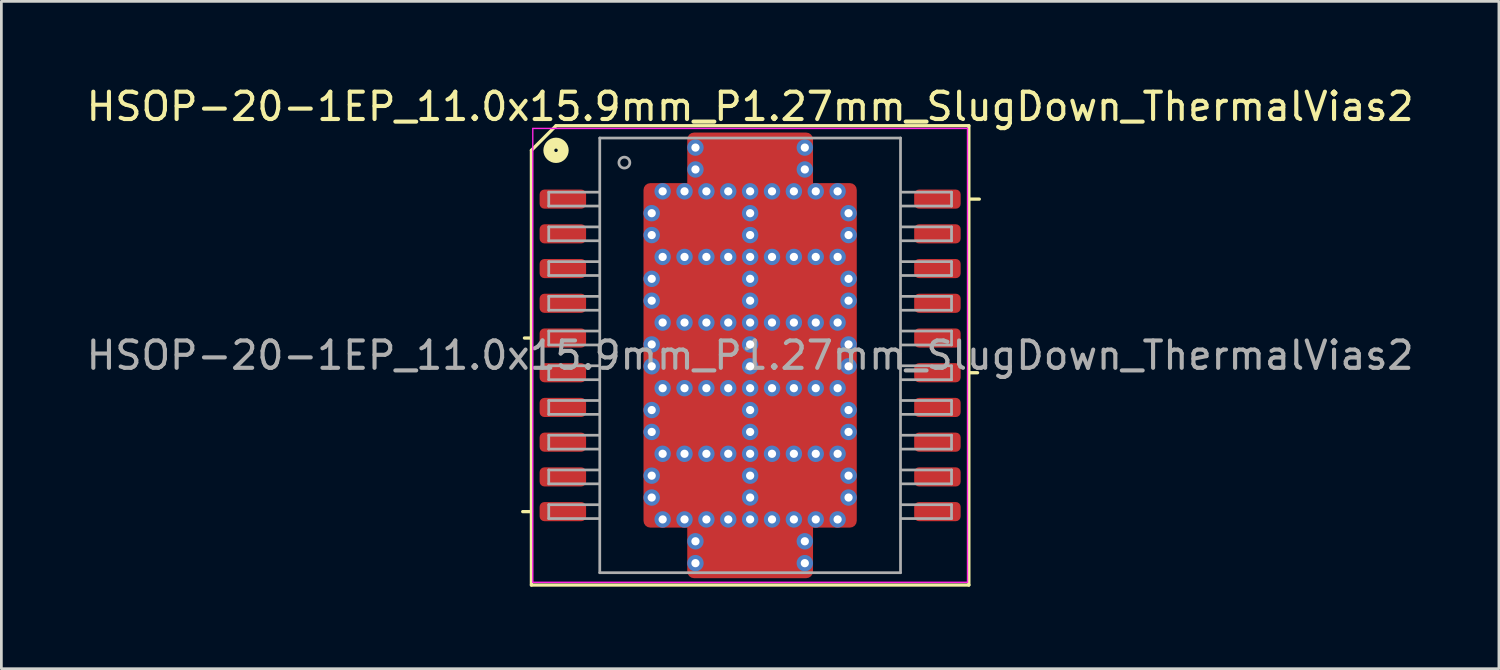
<source format=kicad_pcb>
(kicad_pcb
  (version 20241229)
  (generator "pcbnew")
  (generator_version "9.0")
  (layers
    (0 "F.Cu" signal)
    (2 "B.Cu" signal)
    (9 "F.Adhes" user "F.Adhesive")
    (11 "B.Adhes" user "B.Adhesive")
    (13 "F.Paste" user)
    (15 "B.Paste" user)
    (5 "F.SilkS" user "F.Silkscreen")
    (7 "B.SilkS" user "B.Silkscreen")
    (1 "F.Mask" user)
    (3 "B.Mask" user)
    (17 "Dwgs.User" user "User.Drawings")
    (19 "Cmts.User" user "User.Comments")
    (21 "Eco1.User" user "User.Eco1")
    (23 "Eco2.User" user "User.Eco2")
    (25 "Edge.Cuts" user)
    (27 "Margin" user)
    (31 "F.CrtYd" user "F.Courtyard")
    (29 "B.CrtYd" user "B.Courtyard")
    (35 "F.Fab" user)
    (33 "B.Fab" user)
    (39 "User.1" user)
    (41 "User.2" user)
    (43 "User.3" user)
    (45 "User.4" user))
  (footprint "HSOP-20-1EP_11.0x15.9mm_P1.27mm_SlugDown_ThermalVias2"
    (layer "F.Cu")
    (at 24.387 9.948)
    (property "Reference" "HSOP-20-1EP_11.0x15.9mm_P1.27mm_SlugDown_ThermalVias2" (at 0 -9.1 0) (layer "F.SilkS") (effects (font (size 1 1) (thickness 0.15))))
    (attr smd)
    (fp_line (start -8.001 -0.635) (end -8.255 -0.635) (stroke (width 0.12) (type solid)) (layer "F.SilkS"))
    (fp_line (start -8 -7.5) (end -8 8.4) (stroke (width 0.12) (type solid)) (layer "F.SilkS"))
    (fp_line (start -8 -7.5) (end -7.1 -8.4) (stroke (width 0.12) (type solid)) (layer "F.SilkS"))
    (fp_line (start -8 5.715) (end -8.318 5.715) (stroke (width 0.12) (type solid)) (layer "F.SilkS"))
    (fp_line (start -8 8.4) (end 8 8.4) (stroke (width 0.12) (type solid)) (layer "F.SilkS"))
    (fp_line (start 8 -8.4) (end -7.1 -8.4) (stroke (width 0.12) (type solid)) (layer "F.SilkS"))
    (fp_line (start 8 8.4) (end 8 -8.4) (stroke (width 0.12) (type solid)) (layer "F.SilkS"))
    (fp_line (start 8.001 -5.715) (end 8.382 -5.715) (stroke (width 0.12) (type solid)) (layer "F.SilkS"))
    (fp_line (start 8.001 0.635) (end 8.319 0.635) (stroke (width 0.12) (type solid)) (layer "F.SilkS"))
    (fp_circle (center -7.1 -7.5) (end -7.037 -7.5) (stroke (width 0.4) (type solid)) (fill no) (layer "F.SilkS"))
    (fp_line (start -7.95 -8.3) (end -7.95 8.3) (stroke (width 0.05) (type solid)) (layer "F.CrtYd"))
    (fp_line (start -7.95 -8.3) (end 7.95 -8.3) (stroke (width 0.05) (type solid)) (layer "F.CrtYd"))
    (fp_line (start 7.95 8.3) (end -7.95 8.3) (stroke (width 0.05) (type solid)) (layer "F.CrtYd"))
    (fp_line (start 7.95 8.3) (end 7.95 -8.3) (stroke (width 0.05) (type solid)) (layer "F.CrtYd"))
    (fp_line (start -7.366 -5.969) (end -7.366 -5.461) (stroke (width 0.1) (type solid)) (layer "F.Fab"))
    (fp_line (start -7.366 -5.969) (end -5.524 -5.969) (stroke (width 0.1) (type solid)) (layer "F.Fab"))
    (fp_line (start -7.366 -5.461) (end -5.524 -5.461) (stroke (width 0.1) (type solid)) (layer "F.Fab"))
    (fp_line (start -7.366 -4.699) (end -7.366 -4.191) (stroke (width 0.1) (type solid)) (layer "F.Fab"))
    (fp_line (start -7.366 -4.699) (end -5.524 -4.699) (stroke (width 0.1) (type solid)) (layer "F.Fab"))
    (fp_line (start -7.366 -4.191) (end -5.524 -4.191) (stroke (width 0.1) (type solid)) (layer "F.Fab"))
    (fp_line (start -7.366 -3.429) (end -7.366 -2.921) (stroke (width 0.1) (type solid)) (layer "F.Fab"))
    (fp_line (start -7.366 -3.429) (end -5.524 -3.429) (stroke (width 0.1) (type solid)) (layer "F.Fab"))
    (fp_line (start -7.366 -2.921) (end -5.524 -2.921) (stroke (width 0.1) (type solid)) (layer "F.Fab"))
    (fp_line (start -7.366 -2.159) (end -7.366 -1.651) (stroke (width 0.1) (type solid)) (layer "F.Fab"))
    (fp_line (start -7.366 -2.159) (end -5.524 -2.159) (stroke (width 0.1) (type solid)) (layer "F.Fab"))
    (fp_line (start -7.366 -1.651) (end -5.524 -1.651) (stroke (width 0.1) (type solid)) (layer "F.Fab"))
    (fp_line (start -7.366 -0.889) (end -7.366 -0.381) (stroke (width 0.1) (type solid)) (layer "F.Fab"))
    (fp_line (start -7.366 -0.889) (end -5.524 -0.889) (stroke (width 0.1) (type solid)) (layer "F.Fab"))
    (fp_line (start -7.366 -0.381) (end -5.524 -0.381) (stroke (width 0.1) (type solid)) (layer "F.Fab"))
    (fp_line (start -7.366 0.381) (end -7.366 0.889) (stroke (width 0.1) (type solid)) (layer "F.Fab"))
    (fp_line (start -7.366 0.381) (end -5.524 0.381) (stroke (width 0.1) (type solid)) (layer "F.Fab"))
    (fp_line (start -7.366 0.889) (end -5.524 0.889) (stroke (width 0.1) (type solid)) (layer "F.Fab"))
    (fp_line (start -7.366 1.651) (end -7.366 2.159) (stroke (width 0.1) (type solid)) (layer "F.Fab"))
    (fp_line (start -7.366 1.651) (end -5.524 1.651) (stroke (width 0.1) (type solid)) (layer "F.Fab"))
    (fp_line (start -7.366 2.159) (end -5.524 2.159) (stroke (width 0.1) (type solid)) (layer "F.Fab"))
    (fp_line (start -7.366 2.921) (end -7.366 3.429) (stroke (width 0.1) (type solid)) (layer "F.Fab"))
    (fp_line (start -7.366 2.921) (end -5.524 2.921) (stroke (width 0.1) (type solid)) (layer "F.Fab"))
    (fp_line (start -7.366 3.429) (end -5.524 3.429) (stroke (width 0.1) (type solid)) (layer "F.Fab"))
    (fp_line (start -7.366 4.191) (end -7.366 4.699) (stroke (width 0.1) (type solid)) (layer "F.Fab"))
    (fp_line (start -7.366 4.191) (end -5.524 4.191) (stroke (width 0.1) (type solid)) (layer "F.Fab"))
    (fp_line (start -7.366 4.699) (end -5.524 4.699) (stroke (width 0.1) (type solid)) (layer "F.Fab"))
    (fp_line (start -7.366 5.461) (end -7.366 5.969) (stroke (width 0.1) (type solid)) (layer "F.Fab"))
    (fp_line (start -7.366 5.461) (end -5.524 5.461) (stroke (width 0.1) (type solid)) (layer "F.Fab"))
    (fp_line (start -7.366 5.969) (end -5.524 5.969) (stroke (width 0.1) (type solid)) (layer "F.Fab"))
    (fp_line (start -5.5 -7.95) (end -5.5 7.95) (stroke (width 0.1) (type solid)) (layer "F.Fab"))
    (fp_line (start -5.5 7.95) (end 5.5 7.95) (stroke (width 0.1) (type solid)) (layer "F.Fab"))
    (fp_line (start 5.5 -7.95) (end -5.5 -7.95) (stroke (width 0.1) (type solid)) (layer "F.Fab"))
    (fp_line (start 5.5 7.95) (end 5.5 -7.95) (stroke (width 0.1) (type solid)) (layer "F.Fab"))
    (fp_line (start 7.366 -5.969) (end 5.524 -5.969) (stroke (width 0.1) (type solid)) (layer "F.Fab"))
    (fp_line (start 7.366 -5.461) (end 5.524 -5.461) (stroke (width 0.1) (type solid)) (layer "F.Fab"))
    (fp_line (start 7.366 -5.461) (end 7.366 -5.969) (stroke (width 0.1) (type solid)) (layer "F.Fab"))
    (fp_line (start 7.366 -4.699) (end 5.524 -4.699) (stroke (width 0.1) (type solid)) (layer "F.Fab"))
    (fp_line (start 7.366 -4.191) (end 5.524 -4.191) (stroke (width 0.1) (type solid)) (layer "F.Fab"))
    (fp_line (start 7.366 -4.191) (end 7.366 -4.699) (stroke (width 0.1) (type solid)) (layer "F.Fab"))
    (fp_line (start 7.366 -3.429) (end 5.524 -3.429) (stroke (width 0.1) (type solid)) (layer "F.Fab"))
    (fp_line (start 7.366 -2.921) (end 5.524 -2.921) (stroke (width 0.1) (type solid)) (layer "F.Fab"))
    (fp_line (start 7.366 -2.921) (end 7.366 -3.429) (stroke (width 0.1) (type solid)) (layer "F.Fab"))
    (fp_line (start 7.366 -2.159) (end 5.524 -2.159) (stroke (width 0.1) (type solid)) (layer "F.Fab"))
    (fp_line (start 7.366 -1.651) (end 5.524 -1.651) (stroke (width 0.1) (type solid)) (layer "F.Fab"))
    (fp_line (start 7.366 -1.651) (end 7.366 -2.159) (stroke (width 0.1) (type solid)) (layer "F.Fab"))
    (fp_line (start 7.366 -0.889) (end 5.524 -0.889) (stroke (width 0.1) (type solid)) (layer "F.Fab"))
    (fp_line (start 7.366 -0.381) (end 5.524 -0.381) (stroke (width 0.1) (type solid)) (layer "F.Fab"))
    (fp_line (start 7.366 -0.381) (end 7.366 -0.889) (stroke (width 0.1) (type solid)) (layer "F.Fab"))
    (fp_line (start 7.366 0.381) (end 5.524 0.381) (stroke (width 0.1) (type solid)) (layer "F.Fab"))
    (fp_line (start 7.366 0.889) (end 5.524 0.889) (stroke (width 0.1) (type solid)) (layer "F.Fab"))
    (fp_line (start 7.366 0.889) (end 7.366 0.381) (stroke (width 0.1) (type solid)) (layer "F.Fab"))
    (fp_line (start 7.366 1.651) (end 5.524 1.651) (stroke (width 0.1) (type solid)) (layer "F.Fab"))
    (fp_line (start 7.366 2.159) (end 5.524 2.159) (stroke (width 0.1) (type solid)) (layer "F.Fab"))
    (fp_line (start 7.366 2.159) (end 7.366 1.651) (stroke (width 0.1) (type solid)) (layer "F.Fab"))
    (fp_line (start 7.366 2.921) (end 5.524 2.921) (stroke (width 0.1) (type solid)) (layer "F.Fab"))
    (fp_line (start 7.366 3.429) (end 5.524 3.429) (stroke (width 0.1) (type solid)) (layer "F.Fab"))
    (fp_line (start 7.366 3.429) (end 7.366 2.921) (stroke (width 0.1) (type solid)) (layer "F.Fab"))
    (fp_line (start 7.366 4.191) (end 5.524 4.191) (stroke (width 0.1) (type solid)) (layer "F.Fab"))
    (fp_line (start 7.366 4.699) (end 5.524 4.699) (stroke (width 0.1) (type solid)) (layer "F.Fab"))
    (fp_line (start 7.366 4.699) (end 7.366 4.191) (stroke (width 0.1) (type solid)) (layer "F.Fab"))
    (fp_line (start 7.366 5.461) (end 5.524 5.461) (stroke (width 0.1) (type solid)) (layer "F.Fab"))
    (fp_line (start 7.366 5.969) (end 5.524 5.969) (stroke (width 0.1) (type solid)) (layer "F.Fab"))
    (fp_line (start 7.366 5.969) (end 7.366 5.461) (stroke (width 0.1) (type solid)) (layer "F.Fab"))
    (fp_circle (center -4.6 -7.05) (end -4.4 -7.05) (stroke (width 0.1) (type solid)) (fill no) (layer "F.Fab"))
    (fp_text user "${REFERENCE}" (at 0 0 0) (layer "F.Fab") (effects (font (size 1 1) (thickness 0.15))))
    (pad "" smd roundrect (at -2.425 -4.775) (size 1.15 1.35) (layers "F.Paste") (roundrect_rratio 0.217))
    (pad "" smd roundrect (at -2.425 -2.4) (size 1.15 1.4) (layers "F.Paste") (roundrect_rratio 0.217))
    (pad "" smd roundrect (at -2.425 0) (size 1.15 1.4) (layers "F.Paste") (roundrect_rratio 0.217))
    (pad "" smd roundrect (at -2.425 2.4 180) (size 1.15 1.4) (layers "F.Paste") (roundrect_rratio 0.217))
    (pad "" smd roundrect (at -2.425 4.775 180) (size 1.15 1.35) (layers "F.Paste") (roundrect_rratio 0.217))
    (pad "" smd roundrect (at -1.75 -4.775) (size 2.9 1.75) (layers "F.Mask") (roundrect_rratio 0.143))
    (pad "" smd roundrect (at -1.75 -2.4) (size 2.9 1.8) (layers "F.Mask") (roundrect_rratio 0.139))
    (pad "" smd roundrect (at -1.75 0) (size 2.9 1.8) (layers "F.Mask") (roundrect_rratio 0.139))
    (pad "" smd roundrect (at -1.75 2.4) (size 2.9 1.8) (layers "F.Mask") (roundrect_rratio 0.139))
    (pad "" smd roundrect (at -1.75 4.775) (size 2.9 1.75) (layers "F.Mask") (roundrect_rratio 0.143))
    (pad "" smd roundrect (at -1.075 -4.775) (size 1.15 1.35) (layers "F.Paste") (roundrect_rratio 0.217))
    (pad "" smd roundrect (at -1.075 -2.4) (size 1.15 1.4) (layers "F.Paste") (roundrect_rratio 0.217))
    (pad "" smd roundrect (at -1.075 0) (size 1.15 1.4) (layers "F.Paste") (roundrect_rratio 0.217))
    (pad "" smd roundrect (at -1.075 2.4 180) (size 1.15 1.4) (layers "F.Paste") (roundrect_rratio 0.217))
    (pad "" smd roundrect (at -1.075 4.775 180) (size 1.15 1.35) (layers "F.Paste") (roundrect_rratio 0.217))
    (pad "" smd roundrect (at -0.8 -7.175) (size 1.3 1.35) (layers "F.Paste") (roundrect_rratio 0.192))
    (pad "" smd roundrect (at -0.8 7.175 180) (size 1.3 1.35) (layers "F.Paste") (roundrect_rratio 0.192))
    (pad "" smd roundrect (at 0 -7.175) (size 3.4 1.75) (layers "F.Mask") (roundrect_rratio 0.143))
    (pad "" smd roundrect (at 0 7.175) (size 3.4 1.75) (layers "F.Mask") (roundrect_rratio 0.143))
    (pad "" smd roundrect (at 0.8 -7.175) (size 1.3 1.35) (layers "F.Paste") (roundrect_rratio 0.192))
    (pad "" smd roundrect (at 0.8 7.175 180) (size 1.3 1.35) (layers "F.Paste") (roundrect_rratio 0.192))
    (pad "" smd roundrect (at 1.075 -4.775) (size 1.15 1.35) (layers "F.Paste") (roundrect_rratio 0.217))
    (pad "" smd roundrect (at 1.075 -2.4) (size 1.15 1.4) (layers "F.Paste") (roundrect_rratio 0.217))
    (pad "" smd roundrect (at 1.075 0) (size 1.15 1.4) (layers "F.Paste") (roundrect_rratio 0.217))
    (pad "" smd roundrect (at 1.075 2.4 180) (size 1.15 1.4) (layers "F.Paste") (roundrect_rratio 0.217))
    (pad "" smd roundrect (at 1.075 4.775 180) (size 1.15 1.35) (layers "F.Paste") (roundrect_rratio 0.217))
    (pad "" smd roundrect (at 1.75 -4.775) (size 2.9 1.75) (layers "F.Mask") (roundrect_rratio 0.143))
    (pad "" smd roundrect (at 1.75 -2.4) (size 2.9 1.8) (layers "F.Mask") (roundrect_rratio 0.139))
    (pad "" smd roundrect (at 1.75 0) (size 2.9 1.8) (layers "F.Mask") (roundrect_rratio 0.139))
    (pad "" smd roundrect (at 1.75 2.4) (size 2.9 1.8) (layers "F.Mask") (roundrect_rratio 0.139))
    (pad "" smd roundrect (at 1.75 4.775) (size 2.9 1.75) (layers "F.Mask") (roundrect_rratio 0.143))
    (pad "" smd roundrect (at 2.425 -4.775) (size 1.15 1.35) (layers "F.Paste") (roundrect_rratio 0.217))
    (pad "" smd roundrect (at 2.425 -2.4) (size 1.15 1.4) (layers "F.Paste") (roundrect_rratio 0.217))
    (pad "" smd roundrect (at 2.425 0) (size 1.15 1.4) (layers "F.Paste") (roundrect_rratio 0.217))
    (pad "" smd roundrect (at 2.425 2.4 180) (size 1.15 1.4) (layers "F.Paste") (roundrect_rratio 0.217))
    (pad "" smd roundrect (at 2.425 4.775 180) (size 1.15 1.35) (layers "F.Paste") (roundrect_rratio 0.217))
    (pad "1" smd roundrect (at -6.85 -5.715) (size 1.7 0.7) (layers "F.Cu" "F.Mask" "F.Paste") (roundrect_rratio 0.25))
    (pad "2" smd roundrect (at -6.85 -4.445) (size 1.7 0.7) (layers "F.Cu" "F.Mask" "F.Paste") (roundrect_rratio 0.25))
    (pad "3" smd roundrect (at -6.85 -3.175) (size 1.7 0.7) (layers "F.Cu" "F.Mask" "F.Paste") (roundrect_rratio 0.25))
    (pad "4" smd roundrect (at -6.85 -1.905) (size 1.7 0.7) (layers "F.Cu" "F.Mask" "F.Paste") (roundrect_rratio 0.25))
    (pad "5" smd roundrect (at -6.85 -0.635) (size 1.7 0.7) (layers "F.Cu" "F.Mask" "F.Paste") (roundrect_rratio 0.25))
    (pad "6" smd roundrect (at -6.85 0.635) (size 1.7 0.7) (layers "F.Cu" "F.Mask" "F.Paste") (roundrect_rratio 0.25))
    (pad "7" smd roundrect (at -6.85 1.905) (size 1.7 0.7) (layers "F.Cu" "F.Mask" "F.Paste") (roundrect_rratio 0.25))
    (pad "8" smd roundrect (at -6.85 3.175) (size 1.7 0.7) (layers "F.Cu" "F.Mask" "F.Paste") (roundrect_rratio 0.25))
    (pad "9" smd roundrect (at -6.85 4.445) (size 1.7 0.7) (layers "F.Cu" "F.Mask" "F.Paste") (roundrect_rratio 0.25))
    (pad "10" smd roundrect (at -6.85 5.715) (size 1.7 0.7) (layers "F.Cu" "F.Mask" "F.Paste") (roundrect_rratio 0.25))
    (pad "11" smd roundrect (at 6.85 5.715) (size 1.7 0.7) (layers "F.Cu" "F.Mask" "F.Paste") (roundrect_rratio 0.25))
    (pad "12" smd roundrect (at 6.85 4.445) (size 1.7 0.7) (layers "F.Cu" "F.Mask" "F.Paste") (roundrect_rratio 0.25))
    (pad "13" smd roundrect (at 6.85 3.175) (size 1.7 0.7) (layers "F.Cu" "F.Mask" "F.Paste") (roundrect_rratio 0.25))
    (pad "14" smd roundrect (at 6.85 1.905) (size 1.7 0.7) (layers "F.Cu" "F.Mask" "F.Paste") (roundrect_rratio 0.25))
    (pad "15" smd roundrect (at 6.85 0.635) (size 1.7 0.7) (layers "F.Cu" "F.Mask" "F.Paste") (roundrect_rratio 0.25))
    (pad "16" smd roundrect (at 6.85 -0.635) (size 1.7 0.7) (layers "F.Cu" "F.Mask" "F.Paste") (roundrect_rratio 0.25))
    (pad "17" smd roundrect (at 6.85 -1.905) (size 1.7 0.7) (layers "F.Cu" "F.Mask" "F.Paste") (roundrect_rratio 0.25))
    (pad "18" smd roundrect (at 6.85 -3.175) (size 1.7 0.7) (layers "F.Cu" "F.Mask" "F.Paste") (roundrect_rratio 0.25))
    (pad "19" smd roundrect (at 6.85 -4.445) (size 1.7 0.7) (layers "F.Cu" "F.Mask" "F.Paste") (roundrect_rratio 0.25))
    (pad "20" smd roundrect (at 6.85 -5.715) (size 1.7 0.7) (layers "F.Cu" "F.Mask" "F.Paste") (roundrect_rratio 0.25))
    (pad "21" thru_hole circle (at -3.6 -5.2 180) (size 0.6 0.6) (drill 0.3) (property pad_prop_heatsink) (layers "*.Cu" "*.Mask"))
    (pad "21" thru_hole circle (at -3.6 -4.4 180) (size 0.6 0.6) (drill 0.3) (property pad_prop_heatsink) (layers "*.Cu" "*.Mask"))
    (pad "21" thru_hole circle (at -3.6 -2.8 180) (size 0.6 0.6) (drill 0.3) (property pad_prop_heatsink) (layers "*.Cu" "*.Mask"))
    (pad "21" thru_hole circle (at -3.6 -2 180) (size 0.6 0.6) (drill 0.3) (property pad_prop_heatsink) (layers "*.Cu" "*.Mask"))
    (pad "21" thru_hole circle (at -3.6 -0.4 180) (size 0.6 0.6) (drill 0.3) (property pad_prop_heatsink) (layers "*.Cu" "*.Mask"))
    (pad "21" thru_hole circle (at -3.6 0.4 180) (size 0.6 0.6) (drill 0.3) (property pad_prop_heatsink) (layers "*.Cu" "*.Mask"))
    (pad "21" thru_hole circle (at -3.6 2 180) (size 0.6 0.6) (drill 0.3) (property pad_prop_heatsink) (layers "*.Cu" "*.Mask"))
    (pad "21" thru_hole circle (at -3.6 2.8 180) (size 0.6 0.6) (drill 0.3) (property pad_prop_heatsink) (layers "*.Cu" "*.Mask"))
    (pad "21" thru_hole circle (at -3.6 4.4 180) (size 0.6 0.6) (drill 0.3) (property pad_prop_heatsink) (layers "*.Cu" "*.Mask"))
    (pad "21" thru_hole circle (at -3.6 5.2 180) (size 0.6 0.6) (drill 0.3) (property pad_prop_heatsink) (layers "*.Cu" "*.Mask"))
    (pad "21" thru_hole circle (at -3.2 -6 180) (size 0.6 0.6) (drill 0.3) (property pad_prop_heatsink) (layers "*.Cu" "*.Mask"))
    (pad "21" thru_hole circle (at -3.2 -3.6 180) (size 0.6 0.6) (drill 0.3) (property pad_prop_heatsink) (layers "*.Cu" "*.Mask"))
    (pad "21" thru_hole circle (at -3.2 -1.2 180) (size 0.6 0.6) (drill 0.3) (property pad_prop_heatsink) (layers "*.Cu" "*.Mask"))
    (pad "21" thru_hole circle (at -3.2 1.2 180) (size 0.6 0.6) (drill 0.3) (property pad_prop_heatsink) (layers "*.Cu" "*.Mask"))
    (pad "21" thru_hole circle (at -3.2 3.6 180) (size 0.6 0.6) (drill 0.3) (property pad_prop_heatsink) (layers "*.Cu" "*.Mask"))
    (pad "21" thru_hole circle (at -3.2 6 180) (size 0.6 0.6) (drill 0.3) (property pad_prop_heatsink) (layers "*.Cu" "*.Mask"))
    (pad "21" thru_hole circle (at -2.4 -6 180) (size 0.6 0.6) (drill 0.3) (property pad_prop_heatsink) (layers "*.Cu" "*.Mask"))
    (pad "21" thru_hole circle (at -2.4 -3.6 180) (size 0.6 0.6) (drill 0.3) (property pad_prop_heatsink) (layers "*.Cu" "*.Mask"))
    (pad "21" thru_hole circle (at -2.4 -1.2 180) (size 0.6 0.6) (drill 0.3) (property pad_prop_heatsink) (layers "*.Cu" "*.Mask"))
    (pad "21" thru_hole circle (at -2.4 1.2 180) (size 0.6 0.6) (drill 0.3) (property pad_prop_heatsink) (layers "*.Cu" "*.Mask"))
    (pad "21" thru_hole circle (at -2.4 3.6 180) (size 0.6 0.6) (drill 0.3) (property pad_prop_heatsink) (layers "*.Cu" "*.Mask"))
    (pad "21" thru_hole circle (at -2.4 6 180) (size 0.6 0.6) (drill 0.3) (property pad_prop_heatsink) (layers "*.Cu" "*.Mask"))
    (pad "21" thru_hole circle (at -2 -7.6 180) (size 0.6 0.6) (drill 0.3) (property pad_prop_heatsink) (layers "*.Cu" "*.Mask"))
    (pad "21" thru_hole circle (at -2 -6.8 180) (size 0.6 0.6) (drill 0.3) (property pad_prop_heatsink) (layers "*.Cu" "*.Mask"))
    (pad "21" thru_hole circle (at -2 6.8 180) (size 0.6 0.6) (drill 0.3) (property pad_prop_heatsink) (layers "*.Cu" "*.Mask"))
    (pad "21" thru_hole circle (at -2 7.6 180) (size 0.6 0.6) (drill 0.3) (property pad_prop_heatsink) (layers "*.Cu" "*.Mask"))
    (pad "21" thru_hole circle (at -1.6 -6 180) (size 0.6 0.6) (drill 0.3) (property pad_prop_heatsink) (layers "*.Cu" "*.Mask"))
    (pad "21" thru_hole circle (at -1.6 -3.6 180) (size 0.6 0.6) (drill 0.3) (property pad_prop_heatsink) (layers "*.Cu" "*.Mask"))
    (pad "21" thru_hole circle (at -1.6 -1.2 180) (size 0.6 0.6) (drill 0.3) (property pad_prop_heatsink) (layers "*.Cu" "*.Mask"))
    (pad "21" thru_hole circle (at -1.6 1.2 180) (size 0.6 0.6) (drill 0.3) (property pad_prop_heatsink) (layers "*.Cu" "*.Mask"))
    (pad "21" thru_hole circle (at -1.6 3.6 180) (size 0.6 0.6) (drill 0.3) (property pad_prop_heatsink) (layers "*.Cu" "*.Mask"))
    (pad "21" thru_hole circle (at -1.6 6 180) (size 0.6 0.6) (drill 0.3) (property pad_prop_heatsink) (layers "*.Cu" "*.Mask"))
    (pad "21" thru_hole circle (at -0.8 -6 180) (size 0.6 0.6) (drill 0.3) (property pad_prop_heatsink) (layers "*.Cu" "*.Mask"))
    (pad "21" thru_hole circle (at -0.8 -3.6 180) (size 0.6 0.6) (drill 0.3) (property pad_prop_heatsink) (layers "*.Cu" "*.Mask"))
    (pad "21" thru_hole circle (at -0.8 -1.2 180) (size 0.6 0.6) (drill 0.3) (property pad_prop_heatsink) (layers "*.Cu" "*.Mask"))
    (pad "21" thru_hole circle (at -0.8 1.2 180) (size 0.6 0.6) (drill 0.3) (property pad_prop_heatsink) (layers "*.Cu" "*.Mask"))
    (pad "21" thru_hole circle (at -0.8 3.6 180) (size 0.6 0.6) (drill 0.3) (property pad_prop_heatsink) (layers "*.Cu" "*.Mask"))
    (pad "21" thru_hole circle (at -0.8 6 180) (size 0.6 0.6) (drill 0.3) (property pad_prop_heatsink) (layers "*.Cu" "*.Mask"))
    (pad "21" smd roundrect (at 0 -6.95) (size 4.6 2.4) (layers "F.Cu") (roundrect_rratio 0.104))
    (pad "21" thru_hole circle (at 0 -6 180) (size 0.6 0.6) (drill 0.3) (property pad_prop_heatsink) (layers "*.Cu" "*.Mask"))
    (pad "21" thru_hole circle (at 0 -5.2 180) (size 0.6 0.6) (drill 0.3) (property pad_prop_heatsink) (layers "*.Cu" "*.Mask"))
    (pad "21" thru_hole circle (at 0 -4.4 180) (size 0.6 0.6) (drill 0.3) (property pad_prop_heatsink) (layers "*.Cu" "*.Mask"))
    (pad "21" thru_hole circle (at 0 -3.6 180) (size 0.6 0.6) (drill 0.3) (property pad_prop_heatsink) (layers "*.Cu" "*.Mask"))
    (pad "21" thru_hole circle (at 0 -2.8 180) (size 0.6 0.6) (drill 0.3) (property pad_prop_heatsink) (layers "*.Cu" "*.Mask"))
    (pad "21" thru_hole circle (at 0 -2 180) (size 0.6 0.6) (drill 0.3) (property pad_prop_heatsink) (layers "*.Cu" "*.Mask"))
    (pad "21" thru_hole circle (at 0 -1.2 180) (size 0.6 0.6) (drill 0.3) (property pad_prop_heatsink) (layers "*.Cu" "*.Mask"))
    (pad "21" thru_hole circle (at 0 -0.4 180) (size 0.6 0.6) (drill 0.3) (property pad_prop_heatsink) (layers "*.Cu" "*.Mask"))
    (pad "21" smd roundrect (at 0 0) (size 7.8 12.6) (layers "F.Cu") (roundrect_rratio 0.032))
    (pad "21" thru_hole circle (at 0 0.4 180) (size 0.6 0.6) (drill 0.3) (property pad_prop_heatsink) (layers "*.Cu" "*.Mask"))
    (pad "21" thru_hole circle (at 0 1.2 180) (size 0.6 0.6) (drill 0.3) (property pad_prop_heatsink) (layers "*.Cu" "*.Mask"))
    (pad "21" thru_hole circle (at 0 2 180) (size 0.6 0.6) (drill 0.3) (property pad_prop_heatsink) (layers "*.Cu" "*.Mask"))
    (pad "21" thru_hole circle (at 0 2.8 180) (size 0.6 0.6) (drill 0.3) (property pad_prop_heatsink) (layers "*.Cu" "*.Mask"))
    (pad "21" thru_hole circle (at 0 3.6 180) (size 0.6 0.6) (drill 0.3) (property pad_prop_heatsink) (layers "*.Cu" "*.Mask"))
    (pad "21" thru_hole circle (at 0 4.4 180) (size 0.6 0.6) (drill 0.3) (property pad_prop_heatsink) (layers "*.Cu" "*.Mask"))
    (pad "21" thru_hole circle (at 0 5.2 180) (size 0.6 0.6) (drill 0.3) (property pad_prop_heatsink) (layers "*.Cu" "*.Mask"))
    (pad "21" thru_hole circle (at 0 6 180) (size 0.6 0.6) (drill 0.3) (property pad_prop_heatsink) (layers "*.Cu" "*.Mask"))
    (pad "21" smd roundrect (at 0 6.95) (size 4.6 2.4) (layers "F.Cu") (roundrect_rratio 0.104))
    (pad "21" thru_hole circle (at 0.8 -6 180) (size 0.6 0.6) (drill 0.3) (property pad_prop_heatsink) (layers "*.Cu" "*.Mask"))
    (pad "21" thru_hole circle (at 0.8 -3.6 180) (size 0.6 0.6) (drill 0.3) (property pad_prop_heatsink) (layers "*.Cu" "*.Mask"))
    (pad "21" thru_hole circle (at 0.8 -1.2 180) (size 0.6 0.6) (drill 0.3) (property pad_prop_heatsink) (layers "*.Cu" "*.Mask"))
    (pad "21" thru_hole circle (at 0.8 1.2 180) (size 0.6 0.6) (drill 0.3) (property pad_prop_heatsink) (layers "*.Cu" "*.Mask"))
    (pad "21" thru_hole circle (at 0.8 3.6 180) (size 0.6 0.6) (drill 0.3) (property pad_prop_heatsink) (layers "*.Cu" "*.Mask"))
    (pad "21" thru_hole circle (at 0.8 6 180) (size 0.6 0.6) (drill 0.3) (property pad_prop_heatsink) (layers "*.Cu" "*.Mask"))
    (pad "21" thru_hole circle (at 1.6 -6 180) (size 0.6 0.6) (drill 0.3) (property pad_prop_heatsink) (layers "*.Cu" "*.Mask"))
    (pad "21" thru_hole circle (at 1.6 -3.6 180) (size 0.6 0.6) (drill 0.3) (property pad_prop_heatsink) (layers "*.Cu" "*.Mask"))
    (pad "21" thru_hole circle (at 1.6 -1.2 180) (size 0.6 0.6) (drill 0.3) (property pad_prop_heatsink) (layers "*.Cu" "*.Mask"))
    (pad "21" thru_hole circle (at 1.6 1.2 180) (size 0.6 0.6) (drill 0.3) (property pad_prop_heatsink) (layers "*.Cu" "*.Mask"))
    (pad "21" thru_hole circle (at 1.6 3.6 180) (size 0.6 0.6) (drill 0.3) (property pad_prop_heatsink) (layers "*.Cu" "*.Mask"))
    (pad "21" thru_hole circle (at 1.6 6 180) (size 0.6 0.6) (drill 0.3) (property pad_prop_heatsink) (layers "*.Cu" "*.Mask"))
    (pad "21" thru_hole circle (at 2 -7.6 180) (size 0.6 0.6) (drill 0.3) (property pad_prop_heatsink) (layers "*.Cu" "*.Mask"))
    (pad "21" thru_hole circle (at 2 -6.8 180) (size 0.6 0.6) (drill 0.3) (property pad_prop_heatsink) (layers "*.Cu" "*.Mask"))
    (pad "21" thru_hole circle (at 2 6.8 180) (size 0.6 0.6) (drill 0.3) (property pad_prop_heatsink) (layers "*.Cu" "*.Mask"))
    (pad "21" thru_hole circle (at 2 7.6 180) (size 0.6 0.6) (drill 0.3) (property pad_prop_heatsink) (layers "*.Cu" "*.Mask"))
    (pad "21" thru_hole circle (at 2.4 -6 180) (size 0.6 0.6) (drill 0.3) (property pad_prop_heatsink) (layers "*.Cu" "*.Mask"))
    (pad "21" thru_hole circle (at 2.4 -3.6 180) (size 0.6 0.6) (drill 0.3) (property pad_prop_heatsink) (layers "*.Cu" "*.Mask"))
    (pad "21" thru_hole circle (at 2.4 -1.2 180) (size 0.6 0.6) (drill 0.3) (property pad_prop_heatsink) (layers "*.Cu" "*.Mask"))
    (pad "21" thru_hole circle (at 2.4 1.2 180) (size 0.6 0.6) (drill 0.3) (property pad_prop_heatsink) (layers "*.Cu" "*.Mask"))
    (pad "21" thru_hole circle (at 2.4 3.6 180) (size 0.6 0.6) (drill 0.3) (property pad_prop_heatsink) (layers "*.Cu" "*.Mask"))
    (pad "21" thru_hole circle (at 2.4 6 180) (size 0.6 0.6) (drill 0.3) (property pad_prop_heatsink) (layers "*.Cu" "*.Mask"))
    (pad "21" thru_hole circle (at 3.2 -6 180) (size 0.6 0.6) (drill 0.3) (property pad_prop_heatsink) (layers "*.Cu" "*.Mask"))
    (pad "21" thru_hole circle (at 3.2 -3.6 180) (size 0.6 0.6) (drill 0.3) (property pad_prop_heatsink) (layers "*.Cu" "*.Mask"))
    (pad "21" thru_hole circle (at 3.2 -1.2 180) (size 0.6 0.6) (drill 0.3) (property pad_prop_heatsink) (layers "*.Cu" "*.Mask"))
    (pad "21" thru_hole circle (at 3.2 1.2 180) (size 0.6 0.6) (drill 0.3) (property pad_prop_heatsink) (layers "*.Cu" "*.Mask"))
    (pad "21" thru_hole circle (at 3.2 3.6 180) (size 0.6 0.6) (drill 0.3) (property pad_prop_heatsink) (layers "*.Cu" "*.Mask"))
    (pad "21" thru_hole circle (at 3.2 6 180) (size 0.6 0.6) (drill 0.3) (property pad_prop_heatsink) (layers "*.Cu" "*.Mask"))
    (pad "21" thru_hole circle (at 3.6 -5.2 180) (size 0.6 0.6) (drill 0.3) (property pad_prop_heatsink) (layers "*.Cu" "*.Mask"))
    (pad "21" thru_hole circle (at 3.6 -4.4 180) (size 0.6 0.6) (drill 0.3) (property pad_prop_heatsink) (layers "*.Cu" "*.Mask"))
    (pad "21" thru_hole circle (at 3.6 -2.8 180) (size 0.6 0.6) (drill 0.3) (property pad_prop_heatsink) (layers "*.Cu" "*.Mask"))
    (pad "21" thru_hole circle (at 3.6 -2 180) (size 0.6 0.6) (drill 0.3) (property pad_prop_heatsink) (layers "*.Cu" "*.Mask"))
    (pad "21" thru_hole circle (at 3.6 -0.4 180) (size 0.6 0.6) (drill 0.3) (property pad_prop_heatsink) (layers "*.Cu" "*.Mask"))
    (pad "21" thru_hole circle (at 3.6 0.4 180) (size 0.6 0.6) (drill 0.3) (property pad_prop_heatsink) (layers "*.Cu" "*.Mask"))
    (pad "21" thru_hole circle (at 3.6 2 180) (size 0.6 0.6) (drill 0.3) (property pad_prop_heatsink) (layers "*.Cu" "*.Mask"))
    (pad "21" thru_hole circle (at 3.6 2.8 180) (size 0.6 0.6) (drill 0.3) (property pad_prop_heatsink) (layers "*.Cu" "*.Mask"))
    (pad "21" thru_hole circle (at 3.6 4.4 180) (size 0.6 0.6) (drill 0.3) (property pad_prop_heatsink) (layers "*.Cu" "*.Mask"))
    (pad "21" thru_hole circle (at 3.6 5.2 180) (size 0.6 0.6) (drill 0.3) (property pad_prop_heatsink) (layers "*.Cu" "*.Mask")))
  (gr_rect
    (start -3 -3)
    (end 51.774 21.408)
    (stroke (width 0.1) (type default))
    (fill no)
    (layer "Edge.Cuts")))
</source>
